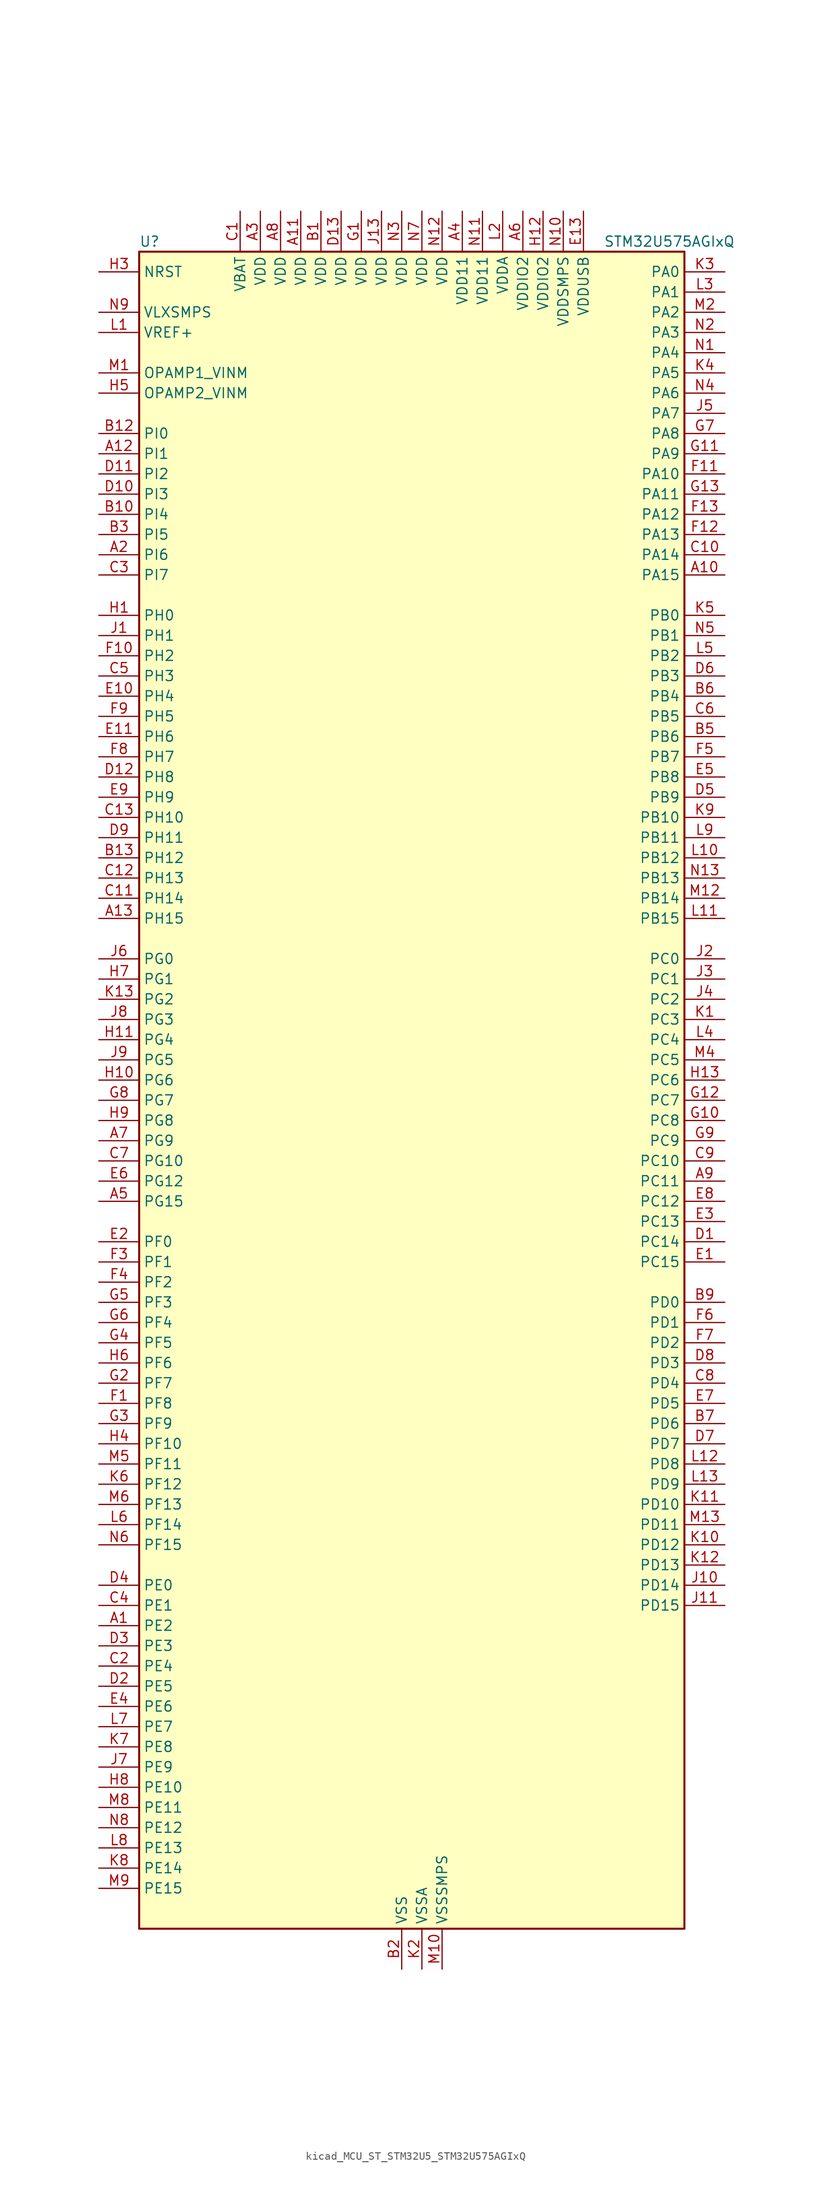
<source format=kicad_sym>
(kicad_symbol_lib
  (version 20220914)
  (generator kicad_symbol_editor)
  (symbol "kicad_MCU_ST_STM32U5_STM32U575AGIxQ"
    (property "Reference" "U"
      (at -33.02 107.95 0)
      (effects (font (size 1.27 1.27)) (justify left)))
    (property "Value" "STM32U575AGIxQ"
      (at 25.4 107.95 0)
      (effects (font (size 1.27 1.27)) (justify left)))
    (property "ki_locked" ""
      (at 0 0 0)
      (effects (font (size 1.27 1.27))))
    (symbol "kicad_MCU_ST_STM32U5_STM32U575AGIxQ_0_1"
      (rectangle (start -33.02 -104.14) (end 35.56 106.68) (stroke (width 0.254) (type default)) (fill (type background))))
    (symbol "kicad_MCU_ST_STM32U5_STM32U575AGIxQ_1_1"
      (pin bidirectional line (at -38.1 -66.04 0) (length 5.08) (name "PE2" (effects (font (size 1.27 1.27)))) (number "A1" (effects (font (size 1.27 1.27)))) (alternate "DEBUG_TRACECLK" bidirectional line) (alternate "FMC_A23" bidirectional line) (alternate "SAI1_CK1" bidirectional line) (alternate "SAI1_MCLK_A" bidirectional line) (alternate "TIM3_ETR" bidirectional line) (alternate "TSC_G7_IO1" bidirectional line))
      (pin bidirectional line (at 40.64 66.04 180) (length 5.08) (name "PA15" (effects (font (size 1.27 1.27)))) (number "A10" (effects (font (size 1.27 1.27)))) (alternate "ADC1_EXTI15" bidirectional line) (alternate "ADC4_EXTI15" bidirectional line) (alternate "DEBUG_JTDI" bidirectional line) (alternate "SAI2_FS_B" bidirectional line) (alternate "SPI1_NSS" bidirectional line) (alternate "SPI3_NSS" bidirectional line) (alternate "TIM2_CH1" bidirectional line) (alternate "TIM2_ETR" bidirectional line) (alternate "UART4_DE" bidirectional line) (alternate "UART4_RTS" bidirectional line) (alternate "UCPD1_CC1" bidirectional line) (alternate "USART2_RX" bidirectional line) (alternate "USART3_DE" bidirectional line) (alternate "USART3_RTS" bidirectional line))
      (pin power_in line (at -12.7 111.76 270) (length 5.08) (name "VDD" (effects (font (size 1.27 1.27)))) (number "A11" (effects (font (size 1.27 1.27)))))
      (pin bidirectional line (at -38.1 81.28 0) (length 5.08) (name "PI1" (effects (font (size 1.27 1.27)))) (number "A12" (effects (font (size 1.27 1.27)))) (alternate "DCMI_D8" bidirectional line) (alternate "OCTOSPIM_P2_IO2" bidirectional line) (alternate "PSSI_D8" bidirectional line) (alternate "SPI2_SCK" bidirectional line))
      (pin bidirectional line (at -38.1 22.86 0) (length 5.08) (name "PH15" (effects (font (size 1.27 1.27)))) (number "A13" (effects (font (size 1.27 1.27)))) (alternate "ADC1_EXTI15" bidirectional line) (alternate "ADC4_EXTI15" bidirectional line) (alternate "DCMI_D11" bidirectional line) (alternate "OCTOSPIM_P2_IO6" bidirectional line) (alternate "PSSI_D11" bidirectional line) (alternate "TIM8_CH3N" bidirectional line))
      (pin bidirectional line (at -38.1 68.58 0) (length 5.08) (name "PI6" (effects (font (size 1.27 1.27)))) (number "A2" (effects (font (size 1.27 1.27)))) (alternate "DCMI_D6" bidirectional line) (alternate "OCTOSPIM_P2_CLK" bidirectional line) (alternate "PSSI_D6" bidirectional line) (alternate "TIM8_CH2" bidirectional line))
      (pin power_in line (at -17.78 111.76 270) (length 5.08) (name "VDD" (effects (font (size 1.27 1.27)))) (number "A3" (effects (font (size 1.27 1.27)))))
      (pin power_in line (at 7.62 111.76 270) (length 5.08) (name "VDD11" (effects (font (size 1.27 1.27)))) (number "A4" (effects (font (size 1.27 1.27)))))
      (pin bidirectional line (at -38.1 -12.7 0) (length 5.08) (name "PG15" (effects (font (size 1.27 1.27)))) (number "A5" (effects (font (size 1.27 1.27)))) (alternate "ADC1_EXTI15" bidirectional line) (alternate "ADC4_EXTI15" bidirectional line) (alternate "DCMI_D13" bidirectional line) (alternate "I2C1_SMBA" bidirectional line) (alternate "LPTIM1_CH1" bidirectional line) (alternate "OCTOSPIM_P2_DQS" bidirectional line) (alternate "PSSI_D13" bidirectional line))
      (pin power_in line (at 15.24 111.76 270) (length 5.08) (name "VDDIO2" (effects (font (size 1.27 1.27)))) (number "A6" (effects (font (size 1.27 1.27)))))
      (pin bidirectional line (at -38.1 -5.08 0) (length 5.08) (name "PG9" (effects (font (size 1.27 1.27)))) (number "A7" (effects (font (size 1.27 1.27)))) (alternate "DAC1_EXTI9" bidirectional line) (alternate "FMC_NCE" bidirectional line) (alternate "FMC_NE2" bidirectional line) (alternate "OCTOSPIM_P2_IO6" bidirectional line) (alternate "SAI2_SCK_A" bidirectional line) (alternate "SPI3_SCK" bidirectional line) (alternate "TIM15_CH1N" bidirectional line) (alternate "USART1_TX" bidirectional line))
      (pin power_in line (at -15.24 111.76 270) (length 5.08) (name "VDD" (effects (font (size 1.27 1.27)))) (number "A8" (effects (font (size 1.27 1.27)))))
      (pin bidirectional line (at 40.64 -10.16 180) (length 5.08) (name "PC11" (effects (font (size 1.27 1.27)))) (number "A9" (effects (font (size 1.27 1.27)))) (alternate "ADC1_EXTI11" bidirectional line) (alternate "ADF1_SDI0" bidirectional line) (alternate "DCMI_D2" bidirectional line) (alternate "DCMI_D4" bidirectional line) (alternate "LPTIM3_IN1" bidirectional line) (alternate "OCTOSPIM_P1_NCS" bidirectional line) (alternate "PSSI_D2" bidirectional line) (alternate "PSSI_D4" bidirectional line) (alternate "SAI2_MCLK_B" bidirectional line) (alternate "SDMMC1_D3" bidirectional line) (alternate "SPI3_MISO" bidirectional line) (alternate "TSC_G3_IO3" bidirectional line) (alternate "UART4_RX" bidirectional line) (alternate "UCPD1_FRSTX2" bidirectional line) (alternate "USART3_RX" bidirectional line))
      (pin power_in line (at -10.16 111.76 270) (length 5.08) (name "VDD" (effects (font (size 1.27 1.27)))) (number "B1" (effects (font (size 1.27 1.27)))))
      (pin bidirectional line (at -38.1 73.66 0) (length 5.08) (name "PI4" (effects (font (size 1.27 1.27)))) (number "B10" (effects (font (size 1.27 1.27)))) (alternate "DCMI_D5" bidirectional line) (alternate "PSSI_D5" bidirectional line) (alternate "SPI2_RDY" bidirectional line) (alternate "TIM8_BKIN" bidirectional line))
      (pin passive line (at 0 -109.22 90) (length 5.08) hide (name "VSS" (effects (font (size 1.27 1.27)))) (number "B11" (effects (font (size 1.27 1.27)))))
      (pin bidirectional line (at -38.1 83.82 0) (length 5.08) (name "PI0" (effects (font (size 1.27 1.27)))) (number "B12" (effects (font (size 1.27 1.27)))) (alternate "DCMI_D13" bidirectional line) (alternate "OCTOSPIM_P1_IO5" bidirectional line) (alternate "PSSI_D13" bidirectional line) (alternate "SPI2_NSS" bidirectional line) (alternate "TIM5_CH4" bidirectional line))
      (pin bidirectional line (at -38.1 30.48 0) (length 5.08) (name "PH12" (effects (font (size 1.27 1.27)))) (number "B13" (effects (font (size 1.27 1.27)))) (alternate "DCMI_D3" bidirectional line) (alternate "OCTOSPIM_P2_IO7" bidirectional line) (alternate "PSSI_D3" bidirectional line) (alternate "TIM5_CH3" bidirectional line) (alternate "TIM8_CH4N" bidirectional line))
      (pin power_in line (at 0 -109.22 90) (length 5.08) (name "VSS" (effects (font (size 1.27 1.27)))) (number "B2" (effects (font (size 1.27 1.27)))))
      (pin bidirectional line (at -38.1 71.12 0) (length 5.08) (name "PI5" (effects (font (size 1.27 1.27)))) (number "B3" (effects (font (size 1.27 1.27)))) (alternate "DCMI_VSYNC" bidirectional line) (alternate "OCTOSPIM_P2_NCS" bidirectional line) (alternate "PSSI_RDY" bidirectional line) (alternate "TIM8_CH1" bidirectional line))
      (pin passive line (at 0 -109.22 90) (length 5.08) hide (name "VSS" (effects (font (size 1.27 1.27)))) (number "B4" (effects (font (size 1.27 1.27)))))
      (pin bidirectional line (at 40.64 45.72 180) (length 5.08) (name "PB6" (effects (font (size 1.27 1.27)))) (number "B5" (effects (font (size 1.27 1.27)))) (alternate "COMP2_INP" bidirectional line) (alternate "DCMI_D5" bidirectional line) (alternate "I2C1_SCL" bidirectional line) (alternate "I2C4_SCL" bidirectional line) (alternate "LPTIM1_ETR" bidirectional line) (alternate "MDF1_SDI5" bidirectional line) (alternate "PSSI_D5" bidirectional line) (alternate "PWR_WKUP3" bidirectional line) (alternate "SAI1_FS_B" bidirectional line) (alternate "TIM16_CH1N" bidirectional line) (alternate "TIM4_CH1" bidirectional line) (alternate "TIM8_BKIN2" bidirectional line) (alternate "TSC_G2_IO3" bidirectional line) (alternate "USART1_TX" bidirectional line))
      (pin bidirectional line (at 40.64 50.8 180) (length 5.08) (name "PB4" (effects (font (size 1.27 1.27)))) (number "B6" (effects (font (size 1.27 1.27)))) (alternate "ADF1_SDI0" bidirectional line) (alternate "COMP2_INP" bidirectional line) (alternate "DCMI_D12" bidirectional line) (alternate "DEBUG_JTRST" bidirectional line) (alternate "I2C3_SDA" bidirectional line) (alternate "LPTIM1_CH2" bidirectional line) (alternate "PSSI_D12" bidirectional line) (alternate "SAI1_MCLK_B" bidirectional line) (alternate "SDMMC2_D3" bidirectional line) (alternate "SPI1_MISO" bidirectional line) (alternate "SPI3_MISO" bidirectional line) (alternate "TIM17_BKIN" bidirectional line) (alternate "TIM3_CH1" bidirectional line) (alternate "TSC_G2_IO1" bidirectional line) (alternate "UART5_DE" bidirectional line) (alternate "UART5_RTS" bidirectional line) (alternate "USART1_CTS" bidirectional line))
      (pin bidirectional line (at 40.64 -40.64 180) (length 5.08) (name "PD6" (effects (font (size 1.27 1.27)))) (number "B7" (effects (font (size 1.27 1.27)))) (alternate "DCMI_D10" bidirectional line) (alternate "FMC_NWAIT" bidirectional line) (alternate "MDF1_SDI1" bidirectional line) (alternate "OCTOSPIM_P1_IO6" bidirectional line) (alternate "PSSI_D10" bidirectional line) (alternate "SAI1_D1" bidirectional line) (alternate "SAI1_SD_A" bidirectional line) (alternate "SDMMC2_CK" bidirectional line) (alternate "SPI3_MOSI" bidirectional line) (alternate "USART2_RX" bidirectional line))
      (pin passive line (at 0 -109.22 90) (length 5.08) hide (name "VSS" (effects (font (size 1.27 1.27)))) (number "B8" (effects (font (size 1.27 1.27)))))
      (pin bidirectional line (at 40.64 -25.4 180) (length 5.08) (name "PD0" (effects (font (size 1.27 1.27)))) (number "B9" (effects (font (size 1.27 1.27)))) (alternate "FDCAN1_RX" bidirectional line) (alternate "FMC_D2" bidirectional line) (alternate "FMC_DA2" bidirectional line) (alternate "SPI2_NSS" bidirectional line) (alternate "TIM8_CH4N" bidirectional line))
      (pin power_in line (at -20.32 111.76 270) (length 5.08) (name "VBAT" (effects (font (size 1.27 1.27)))) (number "C1" (effects (font (size 1.27 1.27)))))
      (pin bidirectional line (at 40.64 68.58 180) (length 5.08) (name "PA14" (effects (font (size 1.27 1.27)))) (number "C10" (effects (font (size 1.27 1.27)))) (alternate "DEBUG_JTCK-SWCLK" bidirectional line) (alternate "I2C1_SMBA" bidirectional line) (alternate "I2C4_SMBA" bidirectional line) (alternate "LPTIM1_CH1" bidirectional line) (alternate "SAI1_FS_B" bidirectional line) (alternate "USB_OTG_FS_SOF" bidirectional line))
      (pin bidirectional line (at -38.1 25.4 0) (length 5.08) (name "PH14" (effects (font (size 1.27 1.27)))) (number "C11" (effects (font (size 1.27 1.27)))) (alternate "DCMI_D4" bidirectional line) (alternate "FDCAN1_RX" bidirectional line) (alternate "PSSI_D4" bidirectional line) (alternate "TIM8_CH2N" bidirectional line))
      (pin bidirectional line (at -38.1 27.94 0) (length 5.08) (name "PH13" (effects (font (size 1.27 1.27)))) (number "C12" (effects (font (size 1.27 1.27)))) (alternate "FDCAN1_TX" bidirectional line) (alternate "TIM8_CH1N" bidirectional line))
      (pin bidirectional line (at -38.1 35.56 0) (length 5.08) (name "PH10" (effects (font (size 1.27 1.27)))) (number "C13" (effects (font (size 1.27 1.27)))) (alternate "DCMI_D1" bidirectional line) (alternate "OCTOSPIM_P2_IO5" bidirectional line) (alternate "PSSI_D1" bidirectional line) (alternate "TIM5_CH1" bidirectional line))
      (pin bidirectional line (at -38.1 -71.12 0) (length 5.08) (name "PE4" (effects (font (size 1.27 1.27)))) (number "C2" (effects (font (size 1.27 1.27)))) (alternate "DCMI_D4" bidirectional line) (alternate "DEBUG_TRACED1" bidirectional line) (alternate "FMC_A20" bidirectional line) (alternate "MDF1_SDI3" bidirectional line) (alternate "PSSI_D4" bidirectional line) (alternate "PWR_WKUP1" bidirectional line) (alternate "SAI1_D2" bidirectional line) (alternate "SAI1_FS_A" bidirectional line) (alternate "TAMP_IN7" bidirectional line) (alternate "TAMP_OUT8" bidirectional line) (alternate "TIM3_CH2" bidirectional line) (alternate "TSC_G7_IO3" bidirectional line))
      (pin bidirectional line (at -38.1 66.04 0) (length 5.08) (name "PI7" (effects (font (size 1.27 1.27)))) (number "C3" (effects (font (size 1.27 1.27)))) (alternate "DCMI_D7" bidirectional line) (alternate "OCTOSPIM_P2_NCLK" bidirectional line) (alternate "PSSI_D7" bidirectional line) (alternate "TIM8_CH3" bidirectional line))
      (pin bidirectional line (at -38.1 -63.5 0) (length 5.08) (name "PE1" (effects (font (size 1.27 1.27)))) (number "C4" (effects (font (size 1.27 1.27)))) (alternate "DCMI_D3" bidirectional line) (alternate "FMC_NBL1" bidirectional line) (alternate "PSSI_D3" bidirectional line) (alternate "TIM17_CH1" bidirectional line))
      (pin bidirectional line (at -38.1 53.34 0) (length 5.08) (name "PH3" (effects (font (size 1.27 1.27)))) (number "C5" (effects (font (size 1.27 1.27)))))
      (pin bidirectional line (at 40.64 48.26 180) (length 5.08) (name "PB5" (effects (font (size 1.27 1.27)))) (number "C6" (effects (font (size 1.27 1.27)))) (alternate "COMP2_OUT" bidirectional line) (alternate "DCMI_D10" bidirectional line) (alternate "I2C1_SMBA" bidirectional line) (alternate "LPTIM1_IN1" bidirectional line) (alternate "OCTOSPIM_P1_NCLK" bidirectional line) (alternate "PSSI_D10" bidirectional line) (alternate "PWR_WKUP6" bidirectional line) (alternate "SAI1_SD_B" bidirectional line) (alternate "SPI1_MOSI" bidirectional line) (alternate "SPI3_MOSI" bidirectional line) (alternate "TIM16_BKIN" bidirectional line) (alternate "TIM3_CH2" bidirectional line) (alternate "TSC_G2_IO2" bidirectional line) (alternate "UART5_CTS" bidirectional line) (alternate "UCPD1_DBCC1" bidirectional line) (alternate "USART1_CK" bidirectional line))
      (pin bidirectional line (at -38.1 -7.62 0) (length 5.08) (name "PG10" (effects (font (size 1.27 1.27)))) (number "C7" (effects (font (size 1.27 1.27)))) (alternate "FMC_NE3" bidirectional line) (alternate "LPTIM1_IN1" bidirectional line) (alternate "OCTOSPIM_P2_IO7" bidirectional line) (alternate "SAI2_FS_A" bidirectional line) (alternate "SPI3_MISO" bidirectional line) (alternate "TIM15_CH1" bidirectional line) (alternate "USART1_RX" bidirectional line))
      (pin bidirectional line (at 40.64 -35.56 180) (length 5.08) (name "PD4" (effects (font (size 1.27 1.27)))) (number "C8" (effects (font (size 1.27 1.27)))) (alternate "FMC_NOE" bidirectional line) (alternate "MDF1_CKI0" bidirectional line) (alternate "OCTOSPIM_P1_IO4" bidirectional line) (alternate "SPI2_MOSI" bidirectional line) (alternate "USART2_DE" bidirectional line) (alternate "USART2_RTS" bidirectional line))
      (pin bidirectional line (at 40.64 -7.62 180) (length 5.08) (name "PC10" (effects (font (size 1.27 1.27)))) (number "C9" (effects (font (size 1.27 1.27)))) (alternate "ADF1_CCK1" bidirectional line) (alternate "DCMI_D8" bidirectional line) (alternate "DEBUG_TRACED1" bidirectional line) (alternate "LPTIM3_ETR" bidirectional line) (alternate "PSSI_D8" bidirectional line) (alternate "SAI2_SCK_B" bidirectional line) (alternate "SDMMC1_D2" bidirectional line) (alternate "SPI3_SCK" bidirectional line) (alternate "TSC_G3_IO2" bidirectional line) (alternate "UART4_TX" bidirectional line) (alternate "USART3_TX" bidirectional line))
      (pin bidirectional line (at 40.64 -17.78 180) (length 5.08) (name "PC14" (effects (font (size 1.27 1.27)))) (number "D1" (effects (font (size 1.27 1.27)))) (alternate "RCC_OSC32_IN" bidirectional line))
      (pin bidirectional line (at -38.1 76.2 0) (length 5.08) (name "PI3" (effects (font (size 1.27 1.27)))) (number "D10" (effects (font (size 1.27 1.27)))) (alternate "DCMI_D10" bidirectional line) (alternate "OCTOSPIM_P2_IO0" bidirectional line) (alternate "PSSI_D10" bidirectional line) (alternate "SPI2_MOSI" bidirectional line) (alternate "TIM8_ETR" bidirectional line))
      (pin bidirectional line (at -38.1 78.74 0) (length 5.08) (name "PI2" (effects (font (size 1.27 1.27)))) (number "D11" (effects (font (size 1.27 1.27)))) (alternate "DCMI_D9" bidirectional line) (alternate "OCTOSPIM_P2_IO1" bidirectional line) (alternate "PSSI_D9" bidirectional line) (alternate "SPI2_MISO" bidirectional line) (alternate "TIM8_CH4" bidirectional line))
      (pin bidirectional line (at -38.1 40.64 0) (length 5.08) (name "PH8" (effects (font (size 1.27 1.27)))) (number "D12" (effects (font (size 1.27 1.27)))) (alternate "DCMI_HSYNC" bidirectional line) (alternate "I2C3_SDA" bidirectional line) (alternate "OCTOSPIM_P2_IO3" bidirectional line) (alternate "PSSI_DE" bidirectional line))
      (pin power_in line (at -7.62 111.76 270) (length 5.08) (name "VDD" (effects (font (size 1.27 1.27)))) (number "D13" (effects (font (size 1.27 1.27)))))
      (pin bidirectional line (at -38.1 -73.66 0) (length 5.08) (name "PE5" (effects (font (size 1.27 1.27)))) (number "D2" (effects (font (size 1.27 1.27)))) (alternate "DCMI_D6" bidirectional line) (alternate "DEBUG_TRACED2" bidirectional line) (alternate "FMC_A21" bidirectional line) (alternate "MDF1_CKI3" bidirectional line) (alternate "PSSI_D6" bidirectional line) (alternate "PWR_WKUP2" bidirectional line) (alternate "SAI1_CK2" bidirectional line) (alternate "SAI1_SCK_A" bidirectional line) (alternate "TAMP_IN8" bidirectional line) (alternate "TAMP_OUT7" bidirectional line) (alternate "TIM3_CH3" bidirectional line) (alternate "TSC_G7_IO4" bidirectional line))
      (pin bidirectional line (at -38.1 -68.58 0) (length 5.08) (name "PE3" (effects (font (size 1.27 1.27)))) (number "D3" (effects (font (size 1.27 1.27)))) (alternate "DEBUG_TRACED0" bidirectional line) (alternate "FMC_A19" bidirectional line) (alternate "OCTOSPIM_P1_DQS" bidirectional line) (alternate "SAI1_SD_B" bidirectional line) (alternate "TAMP_IN6" bidirectional line) (alternate "TAMP_OUT3" bidirectional line) (alternate "TIM3_CH1" bidirectional line) (alternate "TSC_G7_IO2" bidirectional line))
      (pin bidirectional line (at -38.1 -60.96 0) (length 5.08) (name "PE0" (effects (font (size 1.27 1.27)))) (number "D4" (effects (font (size 1.27 1.27)))) (alternate "DCMI_D2" bidirectional line) (alternate "FMC_NBL0" bidirectional line) (alternate "PSSI_D2" bidirectional line) (alternate "TIM16_CH1" bidirectional line) (alternate "TIM4_ETR" bidirectional line))
      (pin bidirectional line (at 40.64 38.1 180) (length 5.08) (name "PB9" (effects (font (size 1.27 1.27)))) (number "D5" (effects (font (size 1.27 1.27)))) (alternate "DAC1_EXTI9" bidirectional line) (alternate "DCMI_D7" bidirectional line) (alternate "FDCAN1_TX" bidirectional line) (alternate "I2C1_SDA" bidirectional line) (alternate "IR_OUT" bidirectional line) (alternate "PSSI_D7" bidirectional line) (alternate "SAI1_D2" bidirectional line) (alternate "SAI1_FS_A" bidirectional line) (alternate "SDMMC1_CDIR" bidirectional line) (alternate "SDMMC1_D5" bidirectional line) (alternate "SDMMC2_D5" bidirectional line) (alternate "SPI2_NSS" bidirectional line) (alternate "TIM17_CH1" bidirectional line) (alternate "TIM4_CH4" bidirectional line))
      (pin bidirectional line (at 40.64 53.34 180) (length 5.08) (name "PB3" (effects (font (size 1.27 1.27)))) (number "D6" (effects (font (size 1.27 1.27)))) (alternate "ADF1_CCK0" bidirectional line) (alternate "COMP2_INM" bidirectional line) (alternate "CRS_SYNC" bidirectional line) (alternate "DEBUG_JTDO-SWO" bidirectional line) (alternate "I2C1_SDA" bidirectional line) (alternate "LPTIM1_CH1" bidirectional line) (alternate "SAI1_SCK_B" bidirectional line) (alternate "SDMMC2_D2" bidirectional line) (alternate "SPI1_SCK" bidirectional line) (alternate "SPI3_SCK" bidirectional line) (alternate "TIM2_CH2" bidirectional line) (alternate "USART1_DE" bidirectional line) (alternate "USART1_RTS" bidirectional line))
      (pin bidirectional line (at 40.64 -43.18 180) (length 5.08) (name "PD7" (effects (font (size 1.27 1.27)))) (number "D7" (effects (font (size 1.27 1.27)))) (alternate "FMC_NCE" bidirectional line) (alternate "FMC_NE1" bidirectional line) (alternate "LPTIM4_OUT" bidirectional line) (alternate "MDF1_CKI1" bidirectional line) (alternate "OCTOSPIM_P1_IO7" bidirectional line) (alternate "SDMMC2_CMD" bidirectional line) (alternate "USART2_CK" bidirectional line))
      (pin bidirectional line (at 40.64 -33.02 180) (length 5.08) (name "PD3" (effects (font (size 1.27 1.27)))) (number "D8" (effects (font (size 1.27 1.27)))) (alternate "DCMI_D5" bidirectional line) (alternate "FMC_CLK" bidirectional line) (alternate "MDF1_SDI0" bidirectional line) (alternate "OCTOSPIM_P2_NCS" bidirectional line) (alternate "PSSI_D5" bidirectional line) (alternate "SPI2_MISO" bidirectional line) (alternate "SPI2_SCK" bidirectional line) (alternate "USART2_CTS" bidirectional line))
      (pin bidirectional line (at -38.1 33.02 0) (length 5.08) (name "PH11" (effects (font (size 1.27 1.27)))) (number "D9" (effects (font (size 1.27 1.27)))) (alternate "ADC1_EXTI11" bidirectional line) (alternate "DCMI_D2" bidirectional line) (alternate "OCTOSPIM_P2_IO6" bidirectional line) (alternate "PSSI_D2" bidirectional line) (alternate "TIM5_CH2" bidirectional line))
      (pin bidirectional line (at 40.64 -20.32 180) (length 5.08) (name "PC15" (effects (font (size 1.27 1.27)))) (number "E1" (effects (font (size 1.27 1.27)))) (alternate "ADC1_EXTI15" bidirectional line) (alternate "ADC4_EXTI15" bidirectional line) (alternate "RCC_OSC32_OUT" bidirectional line))
      (pin bidirectional line (at -38.1 50.8 0) (length 5.08) (name "PH4" (effects (font (size 1.27 1.27)))) (number "E10" (effects (font (size 1.27 1.27)))) (alternate "I2C2_SCL" bidirectional line) (alternate "OCTOSPIM_P2_DQS" bidirectional line) (alternate "PSSI_D14" bidirectional line))
      (pin bidirectional line (at -38.1 45.72 0) (length 5.08) (name "PH6" (effects (font (size 1.27 1.27)))) (number "E11" (effects (font (size 1.27 1.27)))) (alternate "DCMI_D8" bidirectional line) (alternate "I2C2_SMBA" bidirectional line) (alternate "OCTOSPIM_P2_CLK" bidirectional line) (alternate "PSSI_D8" bidirectional line))
      (pin passive line (at 0 -109.22 90) (length 5.08) hide (name "VSS" (effects (font (size 1.27 1.27)))) (number "E12" (effects (font (size 1.27 1.27)))))
      (pin power_in line (at 22.86 111.76 270) (length 5.08) (name "VDDUSB" (effects (font (size 1.27 1.27)))) (number "E13" (effects (font (size 1.27 1.27)))))
      (pin bidirectional line (at -38.1 -17.78 0) (length 5.08) (name "PF0" (effects (font (size 1.27 1.27)))) (number "E2" (effects (font (size 1.27 1.27)))) (alternate "FMC_A0" bidirectional line) (alternate "I2C2_SDA" bidirectional line) (alternate "OCTOSPIM_P2_IO0" bidirectional line))
      (pin bidirectional line (at 40.64 -15.24 180) (length 5.08) (name "PC13" (effects (font (size 1.27 1.27)))) (number "E3" (effects (font (size 1.27 1.27)))) (alternate "PWR_WKUP2" bidirectional line) (alternate "RTC_OUT1" bidirectional line) (alternate "RTC_TS" bidirectional line) (alternate "TAMP_IN1" bidirectional line) (alternate "TAMP_OUT2" bidirectional line))
      (pin bidirectional line (at -38.1 -76.2 0) (length 5.08) (name "PE6" (effects (font (size 1.27 1.27)))) (number "E4" (effects (font (size 1.27 1.27)))) (alternate "DCMI_D7" bidirectional line) (alternate "DEBUG_TRACED3" bidirectional line) (alternate "FMC_A22" bidirectional line) (alternate "PSSI_D7" bidirectional line) (alternate "PWR_WKUP3" bidirectional line) (alternate "SAI1_D1" bidirectional line) (alternate "SAI1_SD_A" bidirectional line) (alternate "TAMP_IN3" bidirectional line) (alternate "TAMP_OUT6" bidirectional line) (alternate "TIM3_CH4" bidirectional line))
      (pin bidirectional line (at 40.64 40.64 180) (length 5.08) (name "PB8" (effects (font (size 1.27 1.27)))) (number "E5" (effects (font (size 1.27 1.27)))) (alternate "DCMI_D6" bidirectional line) (alternate "FDCAN1_RX" bidirectional line) (alternate "I2C1_SCL" bidirectional line) (alternate "MDF1_CCK0" bidirectional line) (alternate "PSSI_D6" bidirectional line) (alternate "PWR_WKUP5" bidirectional line) (alternate "SAI1_CK1" bidirectional line) (alternate "SAI1_MCLK_A" bidirectional line) (alternate "SDMMC1_CKIN" bidirectional line) (alternate "SDMMC1_D4" bidirectional line) (alternate "SDMMC2_D4" bidirectional line) (alternate "SPI3_RDY" bidirectional line) (alternate "TIM16_CH1" bidirectional line) (alternate "TIM4_CH3" bidirectional line))
      (pin bidirectional line (at -38.1 -10.16 0) (length 5.08) (name "PG12" (effects (font (size 1.27 1.27)))) (number "E6" (effects (font (size 1.27 1.27)))) (alternate "FMC_NE4" bidirectional line) (alternate "LPTIM1_ETR" bidirectional line) (alternate "OCTOSPIM_P2_NCS" bidirectional line) (alternate "SAI2_SD_A" bidirectional line) (alternate "SPI3_NSS" bidirectional line) (alternate "USART1_DE" bidirectional line) (alternate "USART1_RTS" bidirectional line))
      (pin bidirectional line (at 40.64 -38.1 180) (length 5.08) (name "PD5" (effects (font (size 1.27 1.27)))) (number "E7" (effects (font (size 1.27 1.27)))) (alternate "FMC_NWE" bidirectional line) (alternate "OCTOSPIM_P1_IO5" bidirectional line) (alternate "SPI2_RDY" bidirectional line) (alternate "USART2_TX" bidirectional line))
      (pin bidirectional line (at 40.64 -12.7 180) (length 5.08) (name "PC12" (effects (font (size 1.27 1.27)))) (number "E8" (effects (font (size 1.27 1.27)))) (alternate "DCMI_D9" bidirectional line) (alternate "DEBUG_TRACED3" bidirectional line) (alternate "PSSI_D9" bidirectional line) (alternate "SAI2_SD_B" bidirectional line) (alternate "SDMMC1_CK" bidirectional line) (alternate "SPI3_MOSI" bidirectional line) (alternate "TSC_G3_IO4" bidirectional line) (alternate "UART5_TX" bidirectional line) (alternate "USART3_CK" bidirectional line))
      (pin bidirectional line (at -38.1 38.1 0) (length 5.08) (name "PH9" (effects (font (size 1.27 1.27)))) (number "E9" (effects (font (size 1.27 1.27)))) (alternate "DAC1_EXTI9" bidirectional line) (alternate "DCMI_D0" bidirectional line) (alternate "I2C3_SMBA" bidirectional line) (alternate "OCTOSPIM_P2_IO4" bidirectional line) (alternate "PSSI_D0" bidirectional line))
      (pin bidirectional line (at -38.1 -38.1 0) (length 5.08) (name "PF8" (effects (font (size 1.27 1.27)))) (number "F1" (effects (font (size 1.27 1.27)))) (alternate "FDCAN1_TX" bidirectional line) (alternate "OCTOSPIM_P1_IO0" bidirectional line) (alternate "PSSI_D14" bidirectional line) (alternate "SAI1_SCK_B" bidirectional line) (alternate "TIM5_CH3" bidirectional line))
      (pin bidirectional line (at -38.1 55.88 0) (length 5.08) (name "PH2" (effects (font (size 1.27 1.27)))) (number "F10" (effects (font (size 1.27 1.27)))) (alternate "OCTOSPIM_P1_IO4" bidirectional line))
      (pin bidirectional line (at 40.64 78.74 180) (length 5.08) (name "PA10" (effects (font (size 1.27 1.27)))) (number "F11" (effects (font (size 1.27 1.27)))) (alternate "CRS_SYNC" bidirectional line) (alternate "DCMI_D1" bidirectional line) (alternate "LPTIM2_IN2" bidirectional line) (alternate "PSSI_D1" bidirectional line) (alternate "SAI1_D1" bidirectional line) (alternate "SAI1_SD_A" bidirectional line) (alternate "TIM17_BKIN" bidirectional line) (alternate "TIM1_CH3" bidirectional line) (alternate "USART1_RX" bidirectional line) (alternate "USB_OTG_FS_ID" bidirectional line))
      (pin bidirectional line (at 40.64 71.12 180) (length 5.08) (name "PA13" (effects (font (size 1.27 1.27)))) (number "F12" (effects (font (size 1.27 1.27)))) (alternate "DEBUG_JTMS-SWDIO" bidirectional line) (alternate "IR_OUT" bidirectional line) (alternate "SAI1_SD_B" bidirectional line) (alternate "USB_OTG_FS_NOE" bidirectional line))
      (pin bidirectional line (at 40.64 73.66 180) (length 5.08) (name "PA12" (effects (font (size 1.27 1.27)))) (number "F13" (effects (font (size 1.27 1.27)))) (alternate "FDCAN1_TX" bidirectional line) (alternate "OCTOSPIM_P2_NCS" bidirectional line) (alternate "SPI1_MOSI" bidirectional line) (alternate "TIM1_ETR" bidirectional line) (alternate "USART1_DE" bidirectional line) (alternate "USART1_RTS" bidirectional line) (alternate "USB_OTG_FS_DP" bidirectional line))
      (pin passive line (at 0 -109.22 90) (length 5.08) hide (name "VSS" (effects (font (size 1.27 1.27)))) (number "F2" (effects (font (size 1.27 1.27)))))
      (pin bidirectional line (at -38.1 -20.32 0) (length 5.08) (name "PF1" (effects (font (size 1.27 1.27)))) (number "F3" (effects (font (size 1.27 1.27)))) (alternate "FMC_A1" bidirectional line) (alternate "I2C2_SCL" bidirectional line) (alternate "OCTOSPIM_P2_IO1" bidirectional line))
      (pin bidirectional line (at -38.1 -22.86 0) (length 5.08) (name "PF2" (effects (font (size 1.27 1.27)))) (number "F4" (effects (font (size 1.27 1.27)))) (alternate "FMC_A2" bidirectional line) (alternate "I2C2_SMBA" bidirectional line) (alternate "LPTIM3_CH2" bidirectional line) (alternate "OCTOSPIM_P2_IO2" bidirectional line) (alternate "PWR_WKUP8" bidirectional line))
      (pin bidirectional line (at 40.64 43.18 180) (length 5.08) (name "PB7" (effects (font (size 1.27 1.27)))) (number "F5" (effects (font (size 1.27 1.27)))) (alternate "COMP2_INM" bidirectional line) (alternate "DCMI_VSYNC" bidirectional line) (alternate "FMC_NL" bidirectional line) (alternate "I2C1_SDA" bidirectional line) (alternate "I2C4_SDA" bidirectional line) (alternate "LPTIM1_IN2" bidirectional line) (alternate "MDF1_CKI5" bidirectional line) (alternate "PSSI_RDY" bidirectional line) (alternate "PWR_PVD_IN" bidirectional line) (alternate "PWR_WKUP4" bidirectional line) (alternate "TIM17_CH1N" bidirectional line) (alternate "TIM4_CH2" bidirectional line) (alternate "TIM8_BKIN" bidirectional line) (alternate "TSC_G2_IO4" bidirectional line) (alternate "UART4_CTS" bidirectional line) (alternate "USART1_RX" bidirectional line))
      (pin bidirectional line (at 40.64 -27.94 180) (length 5.08) (name "PD1" (effects (font (size 1.27 1.27)))) (number "F6" (effects (font (size 1.27 1.27)))) (alternate "FDCAN1_TX" bidirectional line) (alternate "FMC_D3" bidirectional line) (alternate "FMC_DA3" bidirectional line) (alternate "SPI2_SCK" bidirectional line))
      (pin bidirectional line (at 40.64 -30.48 180) (length 5.08) (name "PD2" (effects (font (size 1.27 1.27)))) (number "F7" (effects (font (size 1.27 1.27)))) (alternate "DCMI_D11" bidirectional line) (alternate "DEBUG_TRACED2" bidirectional line) (alternate "LPTIM4_ETR" bidirectional line) (alternate "PSSI_D11" bidirectional line) (alternate "SDMMC1_CMD" bidirectional line) (alternate "TIM3_ETR" bidirectional line) (alternate "TSC_SYNC" bidirectional line) (alternate "UART5_RX" bidirectional line) (alternate "USART3_DE" bidirectional line) (alternate "USART3_RTS" bidirectional line))
      (pin bidirectional line (at -38.1 43.18 0) (length 5.08) (name "PH7" (effects (font (size 1.27 1.27)))) (number "F8" (effects (font (size 1.27 1.27)))) (alternate "DCMI_D9" bidirectional line) (alternate "I2C3_SCL" bidirectional line) (alternate "OCTOSPIM_P2_NCLK" bidirectional line) (alternate "PSSI_D9" bidirectional line))
      (pin bidirectional line (at -38.1 48.26 0) (length 5.08) (name "PH5" (effects (font (size 1.27 1.27)))) (number "F9" (effects (font (size 1.27 1.27)))) (alternate "DCMI_PIXCLK" bidirectional line) (alternate "I2C2_SDA" bidirectional line) (alternate "PSSI_PDCK" bidirectional line))
      (pin power_in line (at -5.08 111.76 270) (length 5.08) (name "VDD" (effects (font (size 1.27 1.27)))) (number "G1" (effects (font (size 1.27 1.27)))))
      (pin bidirectional line (at 40.64 -2.54 180) (length 5.08) (name "PC8" (effects (font (size 1.27 1.27)))) (number "G10" (effects (font (size 1.27 1.27)))) (alternate "DCMI_D2" bidirectional line) (alternate "LPTIM3_CH1" bidirectional line) (alternate "PSSI_D2" bidirectional line) (alternate "PWR_SRDSTOP" bidirectional line) (alternate "SDMMC1_D0" bidirectional line) (alternate "TIM3_CH3" bidirectional line) (alternate "TIM8_CH3" bidirectional line) (alternate "TSC_G4_IO3" bidirectional line))
      (pin bidirectional line (at 40.64 81.28 180) (length 5.08) (name "PA9" (effects (font (size 1.27 1.27)))) (number "G11" (effects (font (size 1.27 1.27)))) (alternate "DAC1_EXTI9" bidirectional line) (alternate "DCMI_D0" bidirectional line) (alternate "PSSI_D0" bidirectional line) (alternate "SAI1_FS_A" bidirectional line) (alternate "SPI2_SCK" bidirectional line) (alternate "TIM15_BKIN" bidirectional line) (alternate "TIM1_CH2" bidirectional line) (alternate "USART1_TX" bidirectional line) (alternate "USB_OTG_FS_VBUS" bidirectional line))
      (pin bidirectional line (at 40.64 0 180) (length 5.08) (name "PC7" (effects (font (size 1.27 1.27)))) (number "G12" (effects (font (size 1.27 1.27)))) (alternate "DCMI_D1" bidirectional line) (alternate "LPTIM2_CH2" bidirectional line) (alternate "MDF1_SDI3" bidirectional line) (alternate "PSSI_D1" bidirectional line) (alternate "PWR_CDSTOP" bidirectional line) (alternate "SAI2_MCLK_B" bidirectional line) (alternate "SDMMC1_D123DIR" bidirectional line) (alternate "SDMMC1_D7" bidirectional line) (alternate "SDMMC2_D7" bidirectional line) (alternate "TIM3_CH2" bidirectional line) (alternate "TIM8_CH2" bidirectional line) (alternate "TSC_G4_IO2" bidirectional line))
      (pin bidirectional line (at 40.64 76.2 180) (length 5.08) (name "PA11" (effects (font (size 1.27 1.27)))) (number "G13" (effects (font (size 1.27 1.27)))) (alternate "ADC1_EXTI11" bidirectional line) (alternate "FDCAN1_RX" bidirectional line) (alternate "SPI1_MISO" bidirectional line) (alternate "TIM1_BKIN2" bidirectional line) (alternate "TIM1_CH4" bidirectional line) (alternate "USART1_CTS" bidirectional line) (alternate "USB_OTG_FS_DM" bidirectional line))
      (pin bidirectional line (at -38.1 -35.56 0) (length 5.08) (name "PF7" (effects (font (size 1.27 1.27)))) (number "G2" (effects (font (size 1.27 1.27)))) (alternate "FDCAN1_RX" bidirectional line) (alternate "OCTOSPIM_P1_IO2" bidirectional line) (alternate "SAI1_MCLK_B" bidirectional line) (alternate "TIM5_CH2" bidirectional line))
      (pin bidirectional line (at -38.1 -40.64 0) (length 5.08) (name "PF9" (effects (font (size 1.27 1.27)))) (number "G3" (effects (font (size 1.27 1.27)))) (alternate "DAC1_EXTI9" bidirectional line) (alternate "OCTOSPIM_P1_IO1" bidirectional line) (alternate "PSSI_D15" bidirectional line) (alternate "SAI1_FS_B" bidirectional line) (alternate "TIM15_CH1" bidirectional line) (alternate "TIM5_CH4" bidirectional line))
      (pin bidirectional line (at -38.1 -30.48 0) (length 5.08) (name "PF5" (effects (font (size 1.27 1.27)))) (number "G4" (effects (font (size 1.27 1.27)))) (alternate "FMC_A5" bidirectional line) (alternate "LPTIM3_CH1" bidirectional line) (alternate "OCTOSPIM_P2_NCLK" bidirectional line))
      (pin bidirectional line (at -38.1 -25.4 0) (length 5.08) (name "PF3" (effects (font (size 1.27 1.27)))) (number "G5" (effects (font (size 1.27 1.27)))) (alternate "FMC_A3" bidirectional line) (alternate "LPTIM3_IN1" bidirectional line) (alternate "OCTOSPIM_P2_IO3" bidirectional line))
      (pin bidirectional line (at -38.1 -27.94 0) (length 5.08) (name "PF4" (effects (font (size 1.27 1.27)))) (number "G6" (effects (font (size 1.27 1.27)))) (alternate "FMC_A4" bidirectional line) (alternate "LPTIM3_ETR" bidirectional line) (alternate "OCTOSPIM_P2_CLK" bidirectional line))
      (pin bidirectional line (at 40.64 83.82 180) (length 5.08) (name "PA8" (effects (font (size 1.27 1.27)))) (number "G7" (effects (font (size 1.27 1.27)))) (alternate "DEBUG_TRACECLK" bidirectional line) (alternate "LPTIM2_CH1" bidirectional line) (alternate "RCC_MCO" bidirectional line) (alternate "SAI1_CK2" bidirectional line) (alternate "SAI1_SCK_A" bidirectional line) (alternate "SPI1_RDY" bidirectional line) (alternate "TIM1_CH1" bidirectional line) (alternate "USART1_CK" bidirectional line) (alternate "USB_OTG_FS_SOF" bidirectional line))
      (pin bidirectional line (at -38.1 0 0) (length 5.08) (name "PG7" (effects (font (size 1.27 1.27)))) (number "G8" (effects (font (size 1.27 1.27)))) (alternate "FMC_INT" bidirectional line) (alternate "I2C3_SCL" bidirectional line) (alternate "LPUART1_TX" bidirectional line) (alternate "MDF1_CCK0" bidirectional line) (alternate "OCTOSPIM_P2_DQS" bidirectional line) (alternate "SAI1_CK1" bidirectional line) (alternate "SAI1_MCLK_A" bidirectional line) (alternate "UCPD1_FRSTX2" bidirectional line))
      (pin bidirectional line (at 40.64 -5.08 180) (length 5.08) (name "PC9" (effects (font (size 1.27 1.27)))) (number "G9" (effects (font (size 1.27 1.27)))) (alternate "DAC1_EXTI9" bidirectional line) (alternate "DCMI_D3" bidirectional line) (alternate "DEBUG_TRACED0" bidirectional line) (alternate "LPTIM3_CH2" bidirectional line) (alternate "PSSI_D3" bidirectional line) (alternate "SDMMC1_D1" bidirectional line) (alternate "TIM3_CH4" bidirectional line) (alternate "TIM8_BKIN2" bidirectional line) (alternate "TIM8_CH4" bidirectional line) (alternate "TSC_G4_IO4" bidirectional line) (alternate "USB_OTG_FS_NOE" bidirectional line))
      (pin bidirectional line (at -38.1 60.96 0) (length 5.08) (name "PH0" (effects (font (size 1.27 1.27)))) (number "H1" (effects (font (size 1.27 1.27)))) (alternate "RCC_OSC_IN" bidirectional line))
      (pin bidirectional line (at -38.1 2.54 0) (length 5.08) (name "PG6" (effects (font (size 1.27 1.27)))) (number "H10" (effects (font (size 1.27 1.27)))) (alternate "I2C3_SMBA" bidirectional line) (alternate "LPUART1_DE" bidirectional line) (alternate "LPUART1_RTS" bidirectional line) (alternate "OCTOSPIM_P1_DQS" bidirectional line) (alternate "SPI1_RDY" bidirectional line) (alternate "UCPD1_FRSTX1" bidirectional line))
      (pin bidirectional line (at -38.1 7.62 0) (length 5.08) (name "PG4" (effects (font (size 1.27 1.27)))) (number "H11" (effects (font (size 1.27 1.27)))) (alternate "FMC_A14" bidirectional line) (alternate "SAI2_MCLK_B" bidirectional line) (alternate "SPI1_MOSI" bidirectional line))
      (pin power_in line (at 17.78 111.76 270) (length 5.08) (name "VDDIO2" (effects (font (size 1.27 1.27)))) (number "H12" (effects (font (size 1.27 1.27)))))
      (pin bidirectional line (at 40.64 2.54 180) (length 5.08) (name "PC6" (effects (font (size 1.27 1.27)))) (number "H13" (effects (font (size 1.27 1.27)))) (alternate "DCMI_D0" bidirectional line) (alternate "MDF1_CKI3" bidirectional line) (alternate "PSSI_D0" bidirectional line) (alternate "PWR_CSLEEP" bidirectional line) (alternate "SAI2_MCLK_A" bidirectional line) (alternate "SDMMC1_D0DIR" bidirectional line) (alternate "SDMMC1_D6" bidirectional line) (alternate "SDMMC2_D6" bidirectional line) (alternate "TIM3_CH1" bidirectional line) (alternate "TIM8_CH1" bidirectional line) (alternate "TSC_G4_IO1" bidirectional line))
      (pin passive line (at 0 -109.22 90) (length 5.08) hide (name "VSS" (effects (font (size 1.27 1.27)))) (number "H2" (effects (font (size 1.27 1.27)))))
      (pin input line (at -38.1 104.14 0) (length 5.08) (name "NRST" (effects (font (size 1.27 1.27)))) (number "H3" (effects (font (size 1.27 1.27)))))
      (pin bidirectional line (at -38.1 -43.18 0) (length 5.08) (name "PF10" (effects (font (size 1.27 1.27)))) (number "H4" (effects (font (size 1.27 1.27)))) (alternate "DCMI_D11" bidirectional line) (alternate "MDF1_CCK1" bidirectional line) (alternate "OCTOSPIM_P1_CLK" bidirectional line) (alternate "PSSI_D11" bidirectional line) (alternate "PSSI_D15" bidirectional line) (alternate "SAI1_D3" bidirectional line) (alternate "TIM15_CH2" bidirectional line))
      (pin bidirectional line (at -38.1 88.9 0) (length 5.08) (name "OPAMP2_VINM" (effects (font (size 1.27 1.27)))) (number "H5" (effects (font (size 1.27 1.27)))) (alternate "OPAMP2_VINM" bidirectional line))
      (pin bidirectional line (at -38.1 -33.02 0) (length 5.08) (name "PF6" (effects (font (size 1.27 1.27)))) (number "H6" (effects (font (size 1.27 1.27)))) (alternate "DCMI_D12" bidirectional line) (alternate "OCTOSPIM_P1_IO3" bidirectional line) (alternate "OCTOSPIM_P2_NCS" bidirectional line) (alternate "PSSI_D12" bidirectional line) (alternate "SAI1_SD_B" bidirectional line) (alternate "TIM5_CH1" bidirectional line) (alternate "TIM5_ETR" bidirectional line))
      (pin bidirectional line (at -38.1 15.24 0) (length 5.08) (name "PG1" (effects (font (size 1.27 1.27)))) (number "H7" (effects (font (size 1.27 1.27)))) (alternate "ADC4_IN8" bidirectional line) (alternate "FMC_A11" bidirectional line) (alternate "OCTOSPIM_P2_IO5" bidirectional line) (alternate "TSC_G8_IO4" bidirectional line))
      (pin bidirectional line (at -38.1 -86.36 0) (length 5.08) (name "PE10" (effects (font (size 1.27 1.27)))) (number "H8" (effects (font (size 1.27 1.27)))) (alternate "ADF1_SDI0" bidirectional line) (alternate "FMC_D7" bidirectional line) (alternate "FMC_DA7" bidirectional line) (alternate "MDF1_SDI4" bidirectional line) (alternate "OCTOSPIM_P1_CLK" bidirectional line) (alternate "SAI1_MCLK_B" bidirectional line) (alternate "TIM1_CH2N" bidirectional line) (alternate "TSC_G5_IO1" bidirectional line))
      (pin bidirectional line (at -38.1 -2.54 0) (length 5.08) (name "PG8" (effects (font (size 1.27 1.27)))) (number "H9" (effects (font (size 1.27 1.27)))) (alternate "I2C3_SDA" bidirectional line) (alternate "LPUART1_RX" bidirectional line))
      (pin bidirectional line (at -38.1 58.42 0) (length 5.08) (name "PH1" (effects (font (size 1.27 1.27)))) (number "J1" (effects (font (size 1.27 1.27)))) (alternate "RCC_OSC_OUT" bidirectional line))
      (pin bidirectional line (at 40.64 -60.96 180) (length 5.08) (name "PD14" (effects (font (size 1.27 1.27)))) (number "J10" (effects (font (size 1.27 1.27)))) (alternate "FMC_D0" bidirectional line) (alternate "FMC_DA0" bidirectional line) (alternate "LPTIM3_CH1" bidirectional line) (alternate "TIM4_CH3" bidirectional line))
      (pin bidirectional line (at 40.64 -63.5 180) (length 5.08) (name "PD15" (effects (font (size 1.27 1.27)))) (number "J11" (effects (font (size 1.27 1.27)))) (alternate "ADC1_EXTI15" bidirectional line) (alternate "ADC4_EXTI15" bidirectional line) (alternate "FMC_D1" bidirectional line) (alternate "FMC_DA1" bidirectional line) (alternate "LPTIM3_CH2" bidirectional line) (alternate "TIM4_CH4" bidirectional line))
      (pin passive line (at 0 -109.22 90) (length 5.08) hide (name "VSS" (effects (font (size 1.27 1.27)))) (number "J12" (effects (font (size 1.27 1.27)))))
      (pin power_in line (at -2.54 111.76 270) (length 5.08) (name "VDD" (effects (font (size 1.27 1.27)))) (number "J13" (effects (font (size 1.27 1.27)))))
      (pin bidirectional line (at 40.64 17.78 180) (length 5.08) (name "PC0" (effects (font (size 1.27 1.27)))) (number "J2" (effects (font (size 1.27 1.27)))) (alternate "ADC1_IN1" bidirectional line) (alternate "ADC4_IN1" bidirectional line) (alternate "I2C3_SCL" bidirectional line) (alternate "LPTIM1_IN1" bidirectional line) (alternate "LPTIM2_IN1" bidirectional line) (alternate "LPUART1_RX" bidirectional line) (alternate "MDF1_SDI4" bidirectional line) (alternate "OCTOSPIM_P1_IO7" bidirectional line) (alternate "SAI2_FS_A" bidirectional line) (alternate "SDMMC1_D5" bidirectional line) (alternate "SPI2_RDY" bidirectional line))
      (pin bidirectional line (at 40.64 15.24 180) (length 5.08) (name "PC1" (effects (font (size 1.27 1.27)))) (number "J3" (effects (font (size 1.27 1.27)))) (alternate "ADC1_IN2" bidirectional line) (alternate "ADC4_IN2" bidirectional line) (alternate "DEBUG_TRACED0" bidirectional line) (alternate "I2C3_SDA" bidirectional line) (alternate "LPTIM1_CH1" bidirectional line) (alternate "LPUART1_TX" bidirectional line) (alternate "MDF1_CKI4" bidirectional line) (alternate "OCTOSPIM_P1_IO4" bidirectional line) (alternate "SAI1_SD_A" bidirectional line) (alternate "SDMMC2_CK" bidirectional line) (alternate "SPI2_MOSI" bidirectional line))
      (pin bidirectional line (at 40.64 12.7 180) (length 5.08) (name "PC2" (effects (font (size 1.27 1.27)))) (number "J4" (effects (font (size 1.27 1.27)))) (alternate "ADC1_IN3" bidirectional line) (alternate "ADC4_IN3" bidirectional line) (alternate "LPTIM1_IN2" bidirectional line) (alternate "MDF1_CCK1" bidirectional line) (alternate "OCTOSPIM_P1_IO5" bidirectional line) (alternate "SPI2_MISO" bidirectional line))
      (pin bidirectional line (at 40.64 86.36 180) (length 5.08) (name "PA7" (effects (font (size 1.27 1.27)))) (number "J5" (effects (font (size 1.27 1.27)))) (alternate "ADC1_IN12" bidirectional line) (alternate "ADC4_IN20" bidirectional line) (alternate "I2C3_SCL" bidirectional line) (alternate "LPTIM2_CH2" bidirectional line) (alternate "OCTOSPIM_P1_IO2" bidirectional line) (alternate "OPAMP2_VINM" bidirectional line) (alternate "PWR_SRDSTOP" bidirectional line) (alternate "PWR_WKUP8" bidirectional line) (alternate "SPI1_MOSI" bidirectional line) (alternate "TIM17_CH1" bidirectional line) (alternate "TIM1_CH1N" bidirectional line) (alternate "TIM3_CH2" bidirectional line) (alternate "TIM8_CH1N" bidirectional line) (alternate "USART3_TX" bidirectional line))
      (pin bidirectional line (at -38.1 17.78 0) (length 5.08) (name "PG0" (effects (font (size 1.27 1.27)))) (number "J6" (effects (font (size 1.27 1.27)))) (alternate "ADC4_IN7" bidirectional line) (alternate "FMC_A10" bidirectional line) (alternate "OCTOSPIM_P2_IO4" bidirectional line) (alternate "TSC_G8_IO3" bidirectional line))
      (pin bidirectional line (at -38.1 -83.82 0) (length 5.08) (name "PE9" (effects (font (size 1.27 1.27)))) (number "J7" (effects (font (size 1.27 1.27)))) (alternate "ADF1_CCK0" bidirectional line) (alternate "DAC1_EXTI9" bidirectional line) (alternate "FMC_D6" bidirectional line) (alternate "FMC_DA6" bidirectional line) (alternate "MDF1_CCK0" bidirectional line) (alternate "OCTOSPIM_P1_NCLK" bidirectional line) (alternate "SAI1_FS_B" bidirectional line) (alternate "TIM1_CH1" bidirectional line))
      (pin bidirectional line (at -38.1 10.16 0) (length 5.08) (name "PG3" (effects (font (size 1.27 1.27)))) (number "J8" (effects (font (size 1.27 1.27)))) (alternate "FMC_A13" bidirectional line) (alternate "SAI2_FS_B" bidirectional line) (alternate "SPI1_MISO" bidirectional line))
      (pin bidirectional line (at -38.1 5.08 0) (length 5.08) (name "PG5" (effects (font (size 1.27 1.27)))) (number "J9" (effects (font (size 1.27 1.27)))) (alternate "FMC_A15" bidirectional line) (alternate "LPUART1_CTS" bidirectional line) (alternate "SAI2_SD_B" bidirectional line) (alternate "SPI1_NSS" bidirectional line))
      (pin bidirectional line (at 40.64 10.16 180) (length 5.08) (name "PC3" (effects (font (size 1.27 1.27)))) (number "K1" (effects (font (size 1.27 1.27)))) (alternate "ADC1_IN4" bidirectional line) (alternate "ADC4_IN4" bidirectional line) (alternate "LPTIM1_ETR" bidirectional line) (alternate "LPTIM2_ETR" bidirectional line) (alternate "LPTIM3_CH1" bidirectional line) (alternate "OCTOSPIM_P1_IO6" bidirectional line) (alternate "SAI1_D1" bidirectional line) (alternate "SAI1_SD_A" bidirectional line) (alternate "SPI2_MOSI" bidirectional line))
      (pin bidirectional line (at 40.64 -55.88 180) (length 5.08) (name "PD12" (effects (font (size 1.27 1.27)))) (number "K10" (effects (font (size 1.27 1.27)))) (alternate "ADC4_IN16" bidirectional line) (alternate "FMC_A17" bidirectional line) (alternate "FMC_ALE" bidirectional line) (alternate "I2C4_SCL" bidirectional line) (alternate "LPTIM2_IN1" bidirectional line) (alternate "SAI2_FS_A" bidirectional line) (alternate "TIM4_CH1" bidirectional line) (alternate "TSC_G6_IO3" bidirectional line) (alternate "USART3_DE" bidirectional line) (alternate "USART3_RTS" bidirectional line))
      (pin bidirectional line (at 40.64 -50.8 180) (length 5.08) (name "PD10" (effects (font (size 1.27 1.27)))) (number "K11" (effects (font (size 1.27 1.27)))) (alternate "FMC_D15" bidirectional line) (alternate "FMC_DA15" bidirectional line) (alternate "LPTIM2_CH2" bidirectional line) (alternate "LPTIM3_ETR" bidirectional line) (alternate "SAI2_SCK_A" bidirectional line) (alternate "TSC_G6_IO1" bidirectional line) (alternate "USART3_CK" bidirectional line))
      (pin bidirectional line (at 40.64 -58.42 180) (length 5.08) (name "PD13" (effects (font (size 1.27 1.27)))) (number "K12" (effects (font (size 1.27 1.27)))) (alternate "ADC4_IN17" bidirectional line) (alternate "FMC_A18" bidirectional line) (alternate "I2C4_SDA" bidirectional line) (alternate "LPTIM2_CH1" bidirectional line) (alternate "LPTIM4_IN1" bidirectional line) (alternate "TIM4_CH2" bidirectional line) (alternate "TSC_G6_IO4" bidirectional line))
      (pin bidirectional line (at -38.1 12.7 0) (length 5.08) (name "PG2" (effects (font (size 1.27 1.27)))) (number "K13" (effects (font (size 1.27 1.27)))) (alternate "FMC_A12" bidirectional line) (alternate "SAI2_SCK_B" bidirectional line) (alternate "SPI1_SCK" bidirectional line))
      (pin power_in line (at 2.54 -109.22 90) (length 5.08) (name "VSSA" (effects (font (size 1.27 1.27)))) (number "K2" (effects (font (size 1.27 1.27)))))
      (pin bidirectional line (at 40.64 104.14 180) (length 5.08) (name "PA0" (effects (font (size 1.27 1.27)))) (number "K3" (effects (font (size 1.27 1.27)))) (alternate "ADC1_IN5" bidirectional line) (alternate "AUDIOCLK" bidirectional line) (alternate "OCTOSPIM_P2_NCS" bidirectional line) (alternate "OPAMP1_VINP" bidirectional line) (alternate "PWR_WKUP1" bidirectional line) (alternate "SDMMC2_CMD" bidirectional line) (alternate "SPI3_RDY" bidirectional line) (alternate "TAMP_IN2" bidirectional line) (alternate "TAMP_OUT1" bidirectional line) (alternate "TIM2_CH1" bidirectional line) (alternate "TIM2_ETR" bidirectional line) (alternate "TIM5_CH1" bidirectional line) (alternate "TIM8_ETR" bidirectional line) (alternate "UART4_TX" bidirectional line) (alternate "USART2_CTS" bidirectional line))
      (pin bidirectional line (at 40.64 91.44 180) (length 5.08) (name "PA5" (effects (font (size 1.27 1.27)))) (number "K4" (effects (font (size 1.27 1.27)))) (alternate "ADC1_IN10" bidirectional line) (alternate "ADC4_IN10" bidirectional line) (alternate "DAC1_OUT2" bidirectional line) (alternate "LPTIM2_ETR" bidirectional line) (alternate "PSSI_D14" bidirectional line) (alternate "PWR_CSLEEP" bidirectional line) (alternate "PWR_WKUP6" bidirectional line) (alternate "SPI1_SCK" bidirectional line) (alternate "TIM2_CH1" bidirectional line) (alternate "TIM2_ETR" bidirectional line) (alternate "TIM8_CH1N" bidirectional line) (alternate "USART3_RX" bidirectional line))
      (pin bidirectional line (at 40.64 60.96 180) (length 5.08) (name "PB0" (effects (font (size 1.27 1.27)))) (number "K5" (effects (font (size 1.27 1.27)))) (alternate "ADC1_IN15" bidirectional line) (alternate "ADC4_IN18" bidirectional line) (alternate "AUDIOCLK" bidirectional line) (alternate "COMP1_OUT" bidirectional line) (alternate "LPTIM3_CH1" bidirectional line) (alternate "OCTOSPIM_P1_IO1" bidirectional line) (alternate "OPAMP2_VOUT" bidirectional line) (alternate "SPI1_NSS" bidirectional line) (alternate "TIM1_CH2N" bidirectional line) (alternate "TIM3_CH3" bidirectional line) (alternate "TIM8_CH2N" bidirectional line) (alternate "USART3_CK" bidirectional line))
      (pin bidirectional line (at -38.1 -48.26 0) (length 5.08) (name "PF12" (effects (font (size 1.27 1.27)))) (number "K6" (effects (font (size 1.27 1.27)))) (alternate "FMC_A6" bidirectional line) (alternate "LPTIM4_ETR" bidirectional line) (alternate "OCTOSPIM_P2_DQS" bidirectional line))
      (pin bidirectional line (at -38.1 -81.28 0) (length 5.08) (name "PE8" (effects (font (size 1.27 1.27)))) (number "K7" (effects (font (size 1.27 1.27)))) (alternate "FMC_D5" bidirectional line) (alternate "FMC_DA5" bidirectional line) (alternate "MDF1_CKI2" bidirectional line) (alternate "PWR_WKUP7" bidirectional line) (alternate "SAI1_SCK_B" bidirectional line) (alternate "TIM1_CH1N" bidirectional line))
      (pin bidirectional line (at -38.1 -96.52 0) (length 5.08) (name "PE14" (effects (font (size 1.27 1.27)))) (number "K8" (effects (font (size 1.27 1.27)))) (alternate "FMC_D11" bidirectional line) (alternate "FMC_DA11" bidirectional line) (alternate "OCTOSPIM_P1_IO2" bidirectional line) (alternate "SPI1_MISO" bidirectional line) (alternate "TIM1_BKIN2" bidirectional line) (alternate "TIM1_CH4" bidirectional line))
      (pin bidirectional line (at 40.64 35.56 180) (length 5.08) (name "PB10" (effects (font (size 1.27 1.27)))) (number "K9" (effects (font (size 1.27 1.27)))) (alternate "COMP1_OUT" bidirectional line) (alternate "I2C2_SCL" bidirectional line) (alternate "I2C4_SCL" bidirectional line) (alternate "LPTIM3_CH1" bidirectional line) (alternate "LPUART1_RX" bidirectional line) (alternate "OCTOSPIM_P1_CLK" bidirectional line) (alternate "PWR_WKUP8" bidirectional line) (alternate "SAI1_SCK_A" bidirectional line) (alternate "SPI2_SCK" bidirectional line) (alternate "TIM2_CH3" bidirectional line) (alternate "TSC_SYNC" bidirectional line) (alternate "USART3_TX" bidirectional line))
      (pin input line (at -38.1 96.52 0) (length 5.08) (name "VREF+" (effects (font (size 1.27 1.27)))) (number "L1" (effects (font (size 1.27 1.27)))) (alternate "VREFBUF_OUT" bidirectional line))
      (pin bidirectional line (at 40.64 30.48 180) (length 5.08) (name "PB12" (effects (font (size 1.27 1.27)))) (number "L10" (effects (font (size 1.27 1.27)))) (alternate "I2C2_SMBA" bidirectional line) (alternate "LPUART1_DE" bidirectional line) (alternate "LPUART1_RTS" bidirectional line) (alternate "MDF1_SDI1" bidirectional line) (alternate "OCTOSPIM_P1_NCLK" bidirectional line) (alternate "SAI2_FS_A" bidirectional line) (alternate "SPI2_NSS" bidirectional line) (alternate "TIM15_BKIN" bidirectional line) (alternate "TIM1_BKIN" bidirectional line) (alternate "TSC_G1_IO1" bidirectional line) (alternate "USART3_CK" bidirectional line))
      (pin bidirectional line (at 40.64 22.86 180) (length 5.08) (name "PB15" (effects (font (size 1.27 1.27)))) (number "L11" (effects (font (size 1.27 1.27)))) (alternate "ADC1_EXTI15" bidirectional line) (alternate "ADC4_EXTI15" bidirectional line) (alternate "FMC_NBL1" bidirectional line) (alternate "LPTIM2_IN2" bidirectional line) (alternate "MDF1_CKI2" bidirectional line) (alternate "PWR_WKUP7" bidirectional line) (alternate "RTC_REFIN" bidirectional line) (alternate "SAI2_SD_A" bidirectional line) (alternate "SDMMC2_D1" bidirectional line) (alternate "SPI2_MOSI" bidirectional line) (alternate "TIM15_CH2" bidirectional line) (alternate "TIM1_CH3N" bidirectional line) (alternate "TIM8_CH3N" bidirectional line) (alternate "UCPD1_CC2" bidirectional line))
      (pin bidirectional line (at 40.64 -45.72 180) (length 5.08) (name "PD8" (effects (font (size 1.27 1.27)))) (number "L12" (effects (font (size 1.27 1.27)))) (alternate "DCMI_HSYNC" bidirectional line) (alternate "FMC_D13" bidirectional line) (alternate "FMC_DA13" bidirectional line) (alternate "PSSI_DE" bidirectional line) (alternate "USART3_TX" bidirectional line))
      (pin bidirectional line (at 40.64 -48.26 180) (length 5.08) (name "PD9" (effects (font (size 1.27 1.27)))) (number "L13" (effects (font (size 1.27 1.27)))) (alternate "DAC1_EXTI9" bidirectional line) (alternate "DCMI_PIXCLK" bidirectional line) (alternate "FMC_D14" bidirectional line) (alternate "FMC_DA14" bidirectional line) (alternate "LPTIM2_IN2" bidirectional line) (alternate "LPTIM3_IN1" bidirectional line) (alternate "PSSI_PDCK" bidirectional line) (alternate "SAI2_MCLK_A" bidirectional line) (alternate "USART3_RX" bidirectional line))
      (pin power_in line (at 12.7 111.76 270) (length 5.08) (name "VDDA" (effects (font (size 1.27 1.27)))) (number "L2" (effects (font (size 1.27 1.27)))))
      (pin bidirectional line (at 40.64 101.6 180) (length 5.08) (name "PA1" (effects (font (size 1.27 1.27)))) (number "L3" (effects (font (size 1.27 1.27)))) (alternate "ADC1_IN6" bidirectional line) (alternate "I2C1_SMBA" bidirectional line) (alternate "LPTIM1_CH2" bidirectional line) (alternate "OCTOSPIM_P1_DQS" bidirectional line) (alternate "OPAMP1_VINM" bidirectional line) (alternate "PWR_WKUP3" bidirectional line) (alternate "SPI1_SCK" bidirectional line) (alternate "TAMP_IN5" bidirectional line) (alternate "TAMP_OUT4" bidirectional line) (alternate "TIM15_CH1N" bidirectional line) (alternate "TIM2_CH2" bidirectional line) (alternate "TIM5_CH2" bidirectional line) (alternate "UART4_RX" bidirectional line) (alternate "USART2_DE" bidirectional line) (alternate "USART2_RTS" bidirectional line))
      (pin bidirectional line (at 40.64 7.62 180) (length 5.08) (name "PC4" (effects (font (size 1.27 1.27)))) (number "L4" (effects (font (size 1.27 1.27)))) (alternate "ADC1_IN13" bidirectional line) (alternate "ADC4_IN22" bidirectional line) (alternate "COMP1_INM" bidirectional line) (alternate "OCTOSPIM_P1_IO7" bidirectional line) (alternate "USART3_TX" bidirectional line))
      (pin bidirectional line (at 40.64 55.88 180) (length 5.08) (name "PB2" (effects (font (size 1.27 1.27)))) (number "L5" (effects (font (size 1.27 1.27)))) (alternate "ADC1_IN17" bidirectional line) (alternate "COMP1_INP" bidirectional line) (alternate "I2C3_SMBA" bidirectional line) (alternate "LPTIM1_CH1" bidirectional line) (alternate "MDF1_CKI0" bidirectional line) (alternate "OCTOSPIM_P1_DQS" bidirectional line) (alternate "PWR_WKUP1" bidirectional line) (alternate "RTC_OUT2" bidirectional line) (alternate "SPI1_RDY" bidirectional line) (alternate "TIM8_CH4N" bidirectional line) (alternate "UCPD1_FRSTX1" bidirectional line))
      (pin bidirectional line (at -38.1 -53.34 0) (length 5.08) (name "PF14" (effects (font (size 1.27 1.27)))) (number "L6" (effects (font (size 1.27 1.27)))) (alternate "ADC4_IN5" bidirectional line) (alternate "FMC_A8" bidirectional line) (alternate "I2C4_SCL" bidirectional line) (alternate "TSC_G8_IO1" bidirectional line))
      (pin bidirectional line (at -38.1 -78.74 0) (length 5.08) (name "PE7" (effects (font (size 1.27 1.27)))) (number "L7" (effects (font (size 1.27 1.27)))) (alternate "FMC_D4" bidirectional line) (alternate "FMC_DA4" bidirectional line) (alternate "MDF1_SDI2" bidirectional line) (alternate "PWR_WKUP6" bidirectional line) (alternate "SAI1_SD_B" bidirectional line) (alternate "TIM1_ETR" bidirectional line))
      (pin bidirectional line (at -38.1 -93.98 0) (length 5.08) (name "PE13" (effects (font (size 1.27 1.27)))) (number "L8" (effects (font (size 1.27 1.27)))) (alternate "FMC_D10" bidirectional line) (alternate "FMC_DA10" bidirectional line) (alternate "MDF1_CKI5" bidirectional line) (alternate "OCTOSPIM_P1_IO1" bidirectional line) (alternate "SPI1_SCK" bidirectional line) (alternate "TIM1_CH3" bidirectional line) (alternate "TSC_G5_IO4" bidirectional line))
      (pin bidirectional line (at 40.64 33.02 180) (length 5.08) (name "PB11" (effects (font (size 1.27 1.27)))) (number "L9" (effects (font (size 1.27 1.27)))) (alternate "ADC1_EXTI11" bidirectional line) (alternate "COMP2_OUT" bidirectional line) (alternate "I2C2_SDA" bidirectional line) (alternate "I2C4_SDA" bidirectional line) (alternate "LPUART1_TX" bidirectional line) (alternate "OCTOSPIM_P1_NCS" bidirectional line) (alternate "SPI2_RDY" bidirectional line) (alternate "TIM2_CH4" bidirectional line) (alternate "USART3_RX" bidirectional line))
      (pin bidirectional line (at -38.1 91.44 0) (length 5.08) (name "OPAMP1_VINM" (effects (font (size 1.27 1.27)))) (number "M1" (effects (font (size 1.27 1.27)))) (alternate "OPAMP1_VINM" bidirectional line))
      (pin power_in line (at 5.08 -109.22 90) (length 5.08) (name "VSSSMPS" (effects (font (size 1.27 1.27)))) (number "M10" (effects (font (size 1.27 1.27)))))
      (pin passive line (at 0 -109.22 90) (length 5.08) hide (name "VSS" (effects (font (size 1.27 1.27)))) (number "M11" (effects (font (size 1.27 1.27)))))
      (pin bidirectional line (at 40.64 25.4 180) (length 5.08) (name "PB14" (effects (font (size 1.27 1.27)))) (number "M12" (effects (font (size 1.27 1.27)))) (alternate "I2C2_SDA" bidirectional line) (alternate "LPTIM3_ETR" bidirectional line) (alternate "MDF1_SDI2" bidirectional line) (alternate "SAI2_MCLK_A" bidirectional line) (alternate "SDMMC2_D0" bidirectional line) (alternate "SPI2_MISO" bidirectional line) (alternate "TIM15_CH1" bidirectional line) (alternate "TIM1_CH2N" bidirectional line) (alternate "TIM8_CH2N" bidirectional line) (alternate "TSC_G1_IO3" bidirectional line) (alternate "UCPD1_DBCC2" bidirectional line) (alternate "USART3_DE" bidirectional line) (alternate "USART3_RTS" bidirectional line))
      (pin bidirectional line (at 40.64 -53.34 180) (length 5.08) (name "PD11" (effects (font (size 1.27 1.27)))) (number "M13" (effects (font (size 1.27 1.27)))) (alternate "ADC1_EXTI11" bidirectional line) (alternate "ADC4_IN15" bidirectional line) (alternate "FMC_A16" bidirectional line) (alternate "FMC_CLE" bidirectional line) (alternate "I2C4_SMBA" bidirectional line) (alternate "LPTIM2_ETR" bidirectional line) (alternate "SAI2_SD_A" bidirectional line) (alternate "TSC_G6_IO2" bidirectional line) (alternate "USART3_CTS" bidirectional line))
      (pin bidirectional line (at 40.64 99.06 180) (length 5.08) (name "PA2" (effects (font (size 1.27 1.27)))) (number "M2" (effects (font (size 1.27 1.27)))) (alternate "ADC1_IN7" bidirectional line) (alternate "COMP1_INP" bidirectional line) (alternate "LPUART1_TX" bidirectional line) (alternate "OCTOSPIM_P1_NCS" bidirectional line) (alternate "PWR_WKUP4" bidirectional line) (alternate "RCC_LSCO" bidirectional line) (alternate "SPI1_RDY" bidirectional line) (alternate "TIM15_CH1" bidirectional line) (alternate "TIM2_CH3" bidirectional line) (alternate "TIM5_CH3" bidirectional line) (alternate "UCPD1_FRSTX1" bidirectional line) (alternate "USART2_TX" bidirectional line))
      (pin passive line (at 0 -109.22 90) (length 5.08) hide (name "VSS" (effects (font (size 1.27 1.27)))) (number "M3" (effects (font (size 1.27 1.27)))))
      (pin bidirectional line (at 40.64 5.08 180) (length 5.08) (name "PC5" (effects (font (size 1.27 1.27)))) (number "M4" (effects (font (size 1.27 1.27)))) (alternate "ADC1_IN14" bidirectional line) (alternate "ADC4_IN23" bidirectional line) (alternate "COMP1_INP" bidirectional line) (alternate "PSSI_D15" bidirectional line) (alternate "PWR_WKUP5" bidirectional line) (alternate "SAI1_D3" bidirectional line) (alternate "TAMP_IN4" bidirectional line) (alternate "TAMP_OUT5" bidirectional line) (alternate "TIM1_CH4N" bidirectional line) (alternate "USART3_RX" bidirectional line))
      (pin bidirectional line (at -38.1 -45.72 0) (length 5.08) (name "PF11" (effects (font (size 1.27 1.27)))) (number "M5" (effects (font (size 1.27 1.27)))) (alternate "ADC1_EXTI11" bidirectional line) (alternate "DCMI_D12" bidirectional line) (alternate "LPTIM4_IN1" bidirectional line) (alternate "OCTOSPIM_P1_NCLK" bidirectional line) (alternate "PSSI_D12" bidirectional line))
      (pin bidirectional line (at -38.1 -50.8 0) (length 5.08) (name "PF13" (effects (font (size 1.27 1.27)))) (number "M6" (effects (font (size 1.27 1.27)))) (alternate "FMC_A7" bidirectional line) (alternate "I2C4_SMBA" bidirectional line) (alternate "LPTIM4_OUT" bidirectional line) (alternate "UCPD1_FRSTX2" bidirectional line))
      (pin passive line (at 0 -109.22 90) (length 5.08) hide (name "VSS" (effects (font (size 1.27 1.27)))) (number "M7" (effects (font (size 1.27 1.27)))))
      (pin bidirectional line (at -38.1 -88.9 0) (length 5.08) (name "PE11" (effects (font (size 1.27 1.27)))) (number "M8" (effects (font (size 1.27 1.27)))) (alternate "ADC1_EXTI11" bidirectional line) (alternate "FMC_D8" bidirectional line) (alternate "FMC_DA8" bidirectional line) (alternate "MDF1_CKI4" bidirectional line) (alternate "OCTOSPIM_P1_NCS" bidirectional line) (alternate "SPI1_RDY" bidirectional line) (alternate "TIM1_CH2" bidirectional line) (alternate "TSC_G5_IO2" bidirectional line))
      (pin bidirectional line (at -38.1 -99.06 0) (length 5.08) (name "PE15" (effects (font (size 1.27 1.27)))) (number "M9" (effects (font (size 1.27 1.27)))) (alternate "ADC1_EXTI15" bidirectional line) (alternate "ADC4_EXTI15" bidirectional line) (alternate "FMC_D12" bidirectional line) (alternate "FMC_DA12" bidirectional line) (alternate "OCTOSPIM_P1_IO3" bidirectional line) (alternate "SPI1_MOSI" bidirectional line) (alternate "TIM1_BKIN" bidirectional line) (alternate "TIM1_CH4N" bidirectional line))
      (pin bidirectional line (at 40.64 93.98 180) (length 5.08) (name "PA4" (effects (font (size 1.27 1.27)))) (number "N1" (effects (font (size 1.27 1.27)))) (alternate "ADC1_IN9" bidirectional line) (alternate "ADC4_IN9" bidirectional line) (alternate "DAC1_OUT1" bidirectional line) (alternate "DCMI_HSYNC" bidirectional line) (alternate "LPTIM2_CH1" bidirectional line) (alternate "OCTOSPIM_P1_NCS" bidirectional line) (alternate "PSSI_DE" bidirectional line) (alternate "PWR_WKUP2" bidirectional line) (alternate "SAI1_FS_B" bidirectional line) (alternate "SPI1_NSS" bidirectional line) (alternate "SPI3_NSS" bidirectional line) (alternate "USART2_CK" bidirectional line))
      (pin power_in line (at 20.32 111.76 270) (length 5.08) (name "VDDSMPS" (effects (font (size 1.27 1.27)))) (number "N10" (effects (font (size 1.27 1.27)))))
      (pin power_in line (at 10.16 111.76 270) (length 5.08) (name "VDD11" (effects (font (size 1.27 1.27)))) (number "N11" (effects (font (size 1.27 1.27)))))
      (pin power_in line (at 5.08 111.76 270) (length 5.08) (name "VDD" (effects (font (size 1.27 1.27)))) (number "N12" (effects (font (size 1.27 1.27)))))
      (pin bidirectional line (at 40.64 27.94 180) (length 5.08) (name "PB13" (effects (font (size 1.27 1.27)))) (number "N13" (effects (font (size 1.27 1.27)))) (alternate "I2C2_SCL" bidirectional line) (alternate "LPTIM3_IN1" bidirectional line) (alternate "LPUART1_CTS" bidirectional line) (alternate "MDF1_CKI1" bidirectional line) (alternate "SAI2_SCK_A" bidirectional line) (alternate "SPI2_SCK" bidirectional line) (alternate "TIM15_CH1N" bidirectional line) (alternate "TIM1_CH1N" bidirectional line) (alternate "TSC_G1_IO2" bidirectional line) (alternate "USART3_CTS" bidirectional line))
      (pin bidirectional line (at 40.64 96.52 180) (length 5.08) (name "PA3" (effects (font (size 1.27 1.27)))) (number "N2" (effects (font (size 1.27 1.27)))) (alternate "ADC1_IN8" bidirectional line) (alternate "LPUART1_RX" bidirectional line) (alternate "OCTOSPIM_P1_CLK" bidirectional line) (alternate "OPAMP1_VOUT" bidirectional line) (alternate "PWR_WKUP5" bidirectional line) (alternate "SAI1_CK1" bidirectional line) (alternate "SAI1_MCLK_A" bidirectional line) (alternate "TIM15_CH2" bidirectional line) (alternate "TIM2_CH4" bidirectional line) (alternate "TIM5_CH4" bidirectional line) (alternate "USART2_RX" bidirectional line))
      (pin power_in line (at 0 111.76 270) (length 5.08) (name "VDD" (effects (font (size 1.27 1.27)))) (number "N3" (effects (font (size 1.27 1.27)))))
      (pin bidirectional line (at 40.64 88.9 180) (length 5.08) (name "PA6" (effects (font (size 1.27 1.27)))) (number "N4" (effects (font (size 1.27 1.27)))) (alternate "ADC1_IN11" bidirectional line) (alternate "ADC4_IN11" bidirectional line) (alternate "DCMI_PIXCLK" bidirectional line) (alternate "LPUART1_CTS" bidirectional line) (alternate "OCTOSPIM_P1_IO3" bidirectional line) (alternate "OPAMP2_VINP" bidirectional line) (alternate "PSSI_PDCK" bidirectional line) (alternate "PWR_CDSTOP" bidirectional line) (alternate "PWR_WKUP7" bidirectional line) (alternate "SPI1_MISO" bidirectional line) (alternate "TIM16_CH1" bidirectional line) (alternate "TIM1_BKIN" bidirectional line) (alternate "TIM3_CH1" bidirectional line) (alternate "TIM8_BKIN" bidirectional line) (alternate "USART3_CTS" bidirectional line))
      (pin bidirectional line (at 40.64 58.42 180) (length 5.08) (name "PB1" (effects (font (size 1.27 1.27)))) (number "N5" (effects (font (size 1.27 1.27)))) (alternate "ADC1_IN16" bidirectional line) (alternate "ADC4_IN19" bidirectional line) (alternate "COMP1_INM" bidirectional line) (alternate "LPTIM2_IN1" bidirectional line) (alternate "LPTIM3_CH2" bidirectional line) (alternate "LPUART1_DE" bidirectional line) (alternate "LPUART1_RTS" bidirectional line) (alternate "MDF1_SDI0" bidirectional line) (alternate "OCTOSPIM_P1_IO0" bidirectional line) (alternate "PWR_WKUP4" bidirectional line) (alternate "TIM1_CH3N" bidirectional line) (alternate "TIM3_CH4" bidirectional line) (alternate "TIM8_CH3N" bidirectional line) (alternate "USART3_DE" bidirectional line) (alternate "USART3_RTS" bidirectional line))
      (pin bidirectional line (at -38.1 -55.88 0) (length 5.08) (name "PF15" (effects (font (size 1.27 1.27)))) (number "N6" (effects (font (size 1.27 1.27)))) (alternate "ADC1_EXTI15" bidirectional line) (alternate "ADC4_EXTI15" bidirectional line) (alternate "ADC4_IN6" bidirectional line) (alternate "FMC_A9" bidirectional line) (alternate "I2C4_SDA" bidirectional line) (alternate "TSC_G8_IO2" bidirectional line))
      (pin power_in line (at 2.54 111.76 270) (length 5.08) (name "VDD" (effects (font (size 1.27 1.27)))) (number "N7" (effects (font (size 1.27 1.27)))))
      (pin bidirectional line (at -38.1 -91.44 0) (length 5.08) (name "PE12" (effects (font (size 1.27 1.27)))) (number "N8" (effects (font (size 1.27 1.27)))) (alternate "FMC_D9" bidirectional line) (alternate "FMC_DA9" bidirectional line) (alternate "MDF1_SDI5" bidirectional line) (alternate "OCTOSPIM_P1_IO0" bidirectional line) (alternate "SPI1_NSS" bidirectional line) (alternate "TIM1_CH3N" bidirectional line) (alternate "TSC_G5_IO3" bidirectional line))
      (pin power_in line (at -38.1 99.06 0) (length 5.08) (name "VLXSMPS" (effects (font (size 1.27 1.27)))) (number "N9" (effects (font (size 1.27 1.27))))))))
</source>
